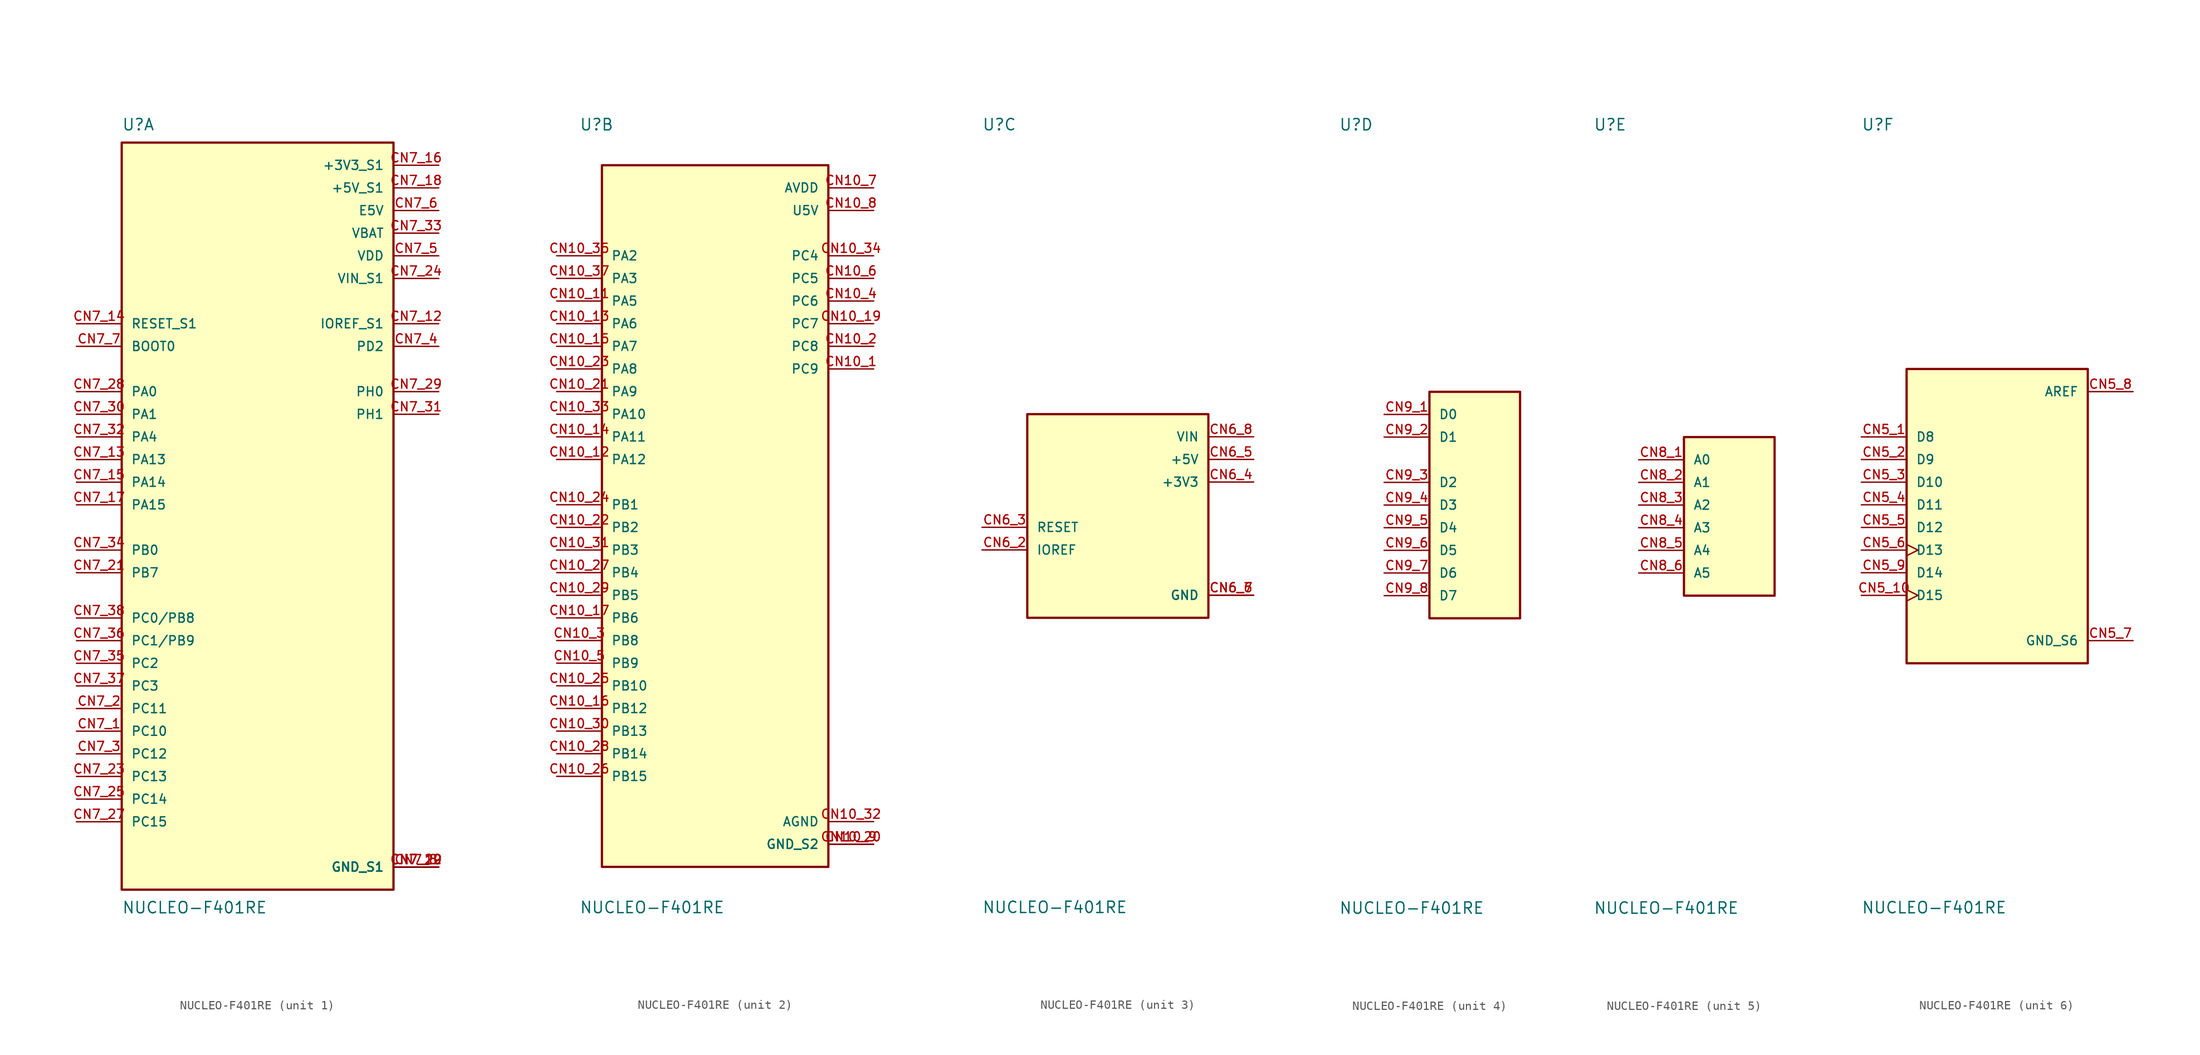
<source format=kicad_sym>
(kicad_symbol_lib
  (version 20211014)
  (generator kicad_symbol_editor)
  (symbol "NUCLEO-F401RE"
    (pin_names
      (offset 1.016))
    (property "Reference" "U"
      (at -15.24 41.91 0)
      (effects (font (size 1.27 1.27)) (justify bottom left)))
    (property "Value" "NUCLEO-F401RE"
      (at -15.24 -44.45 0.0)
      (effects (font (size 1.27 1.27)) (justify top left)))
    (symbol "NUCLEO-F401RE_1_0"
      (rectangle (start -15.24 -43.18) (end 15.24 40.64) (stroke (width 0.254)) (fill (type background)))
      (pin bidirectional line (at -20.32 -25.4 0) (length 5.08) (name "PC10" (effects (font (size 1.016 1.016)))) (number "CN7_1" (effects (font (size 1.016 1.016)))))
      (pin bidirectional line (at -20.32 -22.86 0) (length 5.08) (name "PC11" (effects (font (size 1.016 1.016)))) (number "CN7_2" (effects (font (size 1.016 1.016)))))
      (pin bidirectional line (at -20.32 -27.94 0) (length 5.08) (name "PC12" (effects (font (size 1.016 1.016)))) (number "CN7_3" (effects (font (size 1.016 1.016)))))
      (pin bidirectional line (at 20.32 17.78 180.0) (length 5.08) (name "PD2" (effects (font (size 1.016 1.016)))) (number "CN7_4" (effects (font (size 1.016 1.016)))))
      (pin power_in line (at 20.32 27.94 180.0) (length 5.08) (name "VDD" (effects (font (size 1.016 1.016)))) (number "CN7_5" (effects (font (size 1.016 1.016)))))
      (pin power_in line (at 20.32 33.02 180.0) (length 5.08) (name "E5V" (effects (font (size 1.016 1.016)))) (number "CN7_6" (effects (font (size 1.016 1.016)))))
      (pin bidirectional line (at -20.32 17.78 0) (length 5.08) (name "BOOT0" (effects (font (size 1.016 1.016)))) (number "CN7_7" (effects (font (size 1.016 1.016)))))
      (pin bidirectional line (at 20.32 20.32 180.0) (length 5.08) (name "IOREF_S1" (effects (font (size 1.016 1.016)))) (number "CN7_12" (effects (font (size 1.016 1.016)))))
      (pin bidirectional line (at -20.32 5.08 0) (length 5.08) (name "PA13" (effects (font (size 1.016 1.016)))) (number "CN7_13" (effects (font (size 1.016 1.016)))))
      (pin bidirectional line (at -20.32 20.32 0) (length 5.08) (name "RESET_S1" (effects (font (size 1.016 1.016)))) (number "CN7_14" (effects (font (size 1.016 1.016)))))
      (pin bidirectional line (at -20.32 2.54 0) (length 5.08) (name "PA14" (effects (font (size 1.016 1.016)))) (number "CN7_15" (effects (font (size 1.016 1.016)))))
      (pin power_in line (at 20.32 38.1 180.0) (length 5.08) (name "+3V3_S1" (effects (font (size 1.016 1.016)))) (number "CN7_16" (effects (font (size 1.016 1.016)))))
      (pin bidirectional line (at -20.32 0.0 0) (length 5.08) (name "PA15" (effects (font (size 1.016 1.016)))) (number "CN7_17" (effects (font (size 1.016 1.016)))))
      (pin power_in line (at 20.32 35.56 180.0) (length 5.08) (name "+5V_S1" (effects (font (size 1.016 1.016)))) (number "CN7_18" (effects (font (size 1.016 1.016)))))
      (pin power_in line (at 20.32 -40.64 180.0) (length 5.08) (name "GND_S1" (effects (font (size 1.016 1.016)))) (number "CN7_8" (effects (font (size 1.016 1.016)))))
      (pin power_in line (at 20.32 -40.64 180.0) (length 5.08) (name "GND_S1" (effects (font (size 1.016 1.016)))) (number "CN7_19" (effects (font (size 1.016 1.016)))))
      (pin power_in line (at 20.32 -40.64 180.0) (length 5.08) (name "GND_S1" (effects (font (size 1.016 1.016)))) (number "CN7_20" (effects (font (size 1.016 1.016)))))
      (pin power_in line (at 20.32 -40.64 180.0) (length 5.08) (name "GND_S1" (effects (font (size 1.016 1.016)))) (number "CN7_22" (effects (font (size 1.016 1.016)))))
      (pin bidirectional line (at -20.32 -7.62 0) (length 5.08) (name "PB7" (effects (font (size 1.016 1.016)))) (number "CN7_21" (effects (font (size 1.016 1.016)))))
      (pin bidirectional line (at -20.32 -30.48 0) (length 5.08) (name "PC13" (effects (font (size 1.016 1.016)))) (number "CN7_23" (effects (font (size 1.016 1.016)))))
      (pin power_in line (at 20.32 25.4 180.0) (length 5.08) (name "VIN_S1" (effects (font (size 1.016 1.016)))) (number "CN7_24" (effects (font (size 1.016 1.016)))))
      (pin bidirectional line (at -20.32 -33.02 0) (length 5.08) (name "PC14" (effects (font (size 1.016 1.016)))) (number "CN7_25" (effects (font (size 1.016 1.016)))))
      (pin bidirectional line (at -20.32 -35.56 0) (length 5.08) (name "PC15" (effects (font (size 1.016 1.016)))) (number "CN7_27" (effects (font (size 1.016 1.016)))))
      (pin bidirectional line (at -20.32 12.7 0) (length 5.08) (name "PA0" (effects (font (size 1.016 1.016)))) (number "CN7_28" (effects (font (size 1.016 1.016)))))
      (pin bidirectional line (at 20.32 12.7 180.0) (length 5.08) (name "PH0" (effects (font (size 1.016 1.016)))) (number "CN7_29" (effects (font (size 1.016 1.016)))))
      (pin bidirectional line (at -20.32 10.16 0) (length 5.08) (name "PA1" (effects (font (size 1.016 1.016)))) (number "CN7_30" (effects (font (size 1.016 1.016)))))
      (pin bidirectional line (at 20.32 10.16 180.0) (length 5.08) (name "PH1" (effects (font (size 1.016 1.016)))) (number "CN7_31" (effects (font (size 1.016 1.016)))))
      (pin bidirectional line (at -20.32 7.62 0) (length 5.08) (name "PA4" (effects (font (size 1.016 1.016)))) (number "CN7_32" (effects (font (size 1.016 1.016)))))
      (pin power_in line (at 20.32 30.48 180.0) (length 5.08) (name "VBAT" (effects (font (size 1.016 1.016)))) (number "CN7_33" (effects (font (size 1.016 1.016)))))
      (pin bidirectional line (at -20.32 -5.08 0) (length 5.08) (name "PB0" (effects (font (size 1.016 1.016)))) (number "CN7_34" (effects (font (size 1.016 1.016)))))
      (pin bidirectional line (at -20.32 -17.78 0) (length 5.08) (name "PC2" (effects (font (size 1.016 1.016)))) (number "CN7_35" (effects (font (size 1.016 1.016)))))
      (pin bidirectional line (at -20.32 -15.24 0) (length 5.08) (name "PC1/PB9" (effects (font (size 1.016 1.016)))) (number "CN7_36" (effects (font (size 1.016 1.016)))))
      (pin bidirectional line (at -20.32 -20.32 0) (length 5.08) (name "PC3" (effects (font (size 1.016 1.016)))) (number "CN7_37" (effects (font (size 1.016 1.016)))))
      (pin bidirectional line (at -20.32 -12.7 0) (length 5.08) (name "PC0/PB8" (effects (font (size 1.016 1.016)))) (number "CN7_38" (effects (font (size 1.016 1.016))))))
    (symbol "NUCLEO-F401RE_2_0"
      (rectangle (start -12.7 -40.64) (end 12.7 38.1) (stroke (width 0.254)) (fill (type background)))
      (pin bidirectional line (at 17.78 15.24 180.0) (length 5.08) (name "PC9" (effects (font (size 1.016 1.016)))) (number "CN10_1" (effects (font (size 1.016 1.016)))))
      (pin bidirectional line (at 17.78 17.78 180.0) (length 5.08) (name "PC8" (effects (font (size 1.016 1.016)))) (number "CN10_2" (effects (font (size 1.016 1.016)))))
      (pin bidirectional line (at -17.78 -15.24 0) (length 5.08) (name "PB8" (effects (font (size 1.016 1.016)))) (number "CN10_3" (effects (font (size 1.016 1.016)))))
      (pin bidirectional line (at 17.78 22.86 180.0) (length 5.08) (name "PC6" (effects (font (size 1.016 1.016)))) (number "CN10_4" (effects (font (size 1.016 1.016)))))
      (pin bidirectional line (at -17.78 -17.78 0) (length 5.08) (name "PB9" (effects (font (size 1.016 1.016)))) (number "CN10_5" (effects (font (size 1.016 1.016)))))
      (pin bidirectional line (at 17.78 25.4 180.0) (length 5.08) (name "PC5" (effects (font (size 1.016 1.016)))) (number "CN10_6" (effects (font (size 1.016 1.016)))))
      (pin power_in line (at 17.78 35.56 180.0) (length 5.08) (name "AVDD" (effects (font (size 1.016 1.016)))) (number "CN10_7" (effects (font (size 1.016 1.016)))))
      (pin power_in line (at 17.78 33.02 180.0) (length 5.08) (name "U5V" (effects (font (size 1.016 1.016)))) (number "CN10_8" (effects (font (size 1.016 1.016)))))
      (pin power_in line (at 17.78 -38.1 180.0) (length 5.08) (name "GND_S2" (effects (font (size 1.016 1.016)))) (number "CN10_9" (effects (font (size 1.016 1.016)))))
      (pin power_in line (at 17.78 -38.1 180.0) (length 5.08) (name "GND_S2" (effects (font (size 1.016 1.016)))) (number "CN10_20" (effects (font (size 1.016 1.016)))))
      (pin bidirectional line (at -17.78 22.86 0) (length 5.08) (name "PA5" (effects (font (size 1.016 1.016)))) (number "CN10_11" (effects (font (size 1.016 1.016)))))
      (pin bidirectional line (at -17.78 5.08 0) (length 5.08) (name "PA12" (effects (font (size 1.016 1.016)))) (number "CN10_12" (effects (font (size 1.016 1.016)))))
      (pin bidirectional line (at -17.78 20.32 0) (length 5.08) (name "PA6" (effects (font (size 1.016 1.016)))) (number "CN10_13" (effects (font (size 1.016 1.016)))))
      (pin bidirectional line (at -17.78 7.62 0) (length 5.08) (name "PA11" (effects (font (size 1.016 1.016)))) (number "CN10_14" (effects (font (size 1.016 1.016)))))
      (pin bidirectional line (at -17.78 17.78 0) (length 5.08) (name "PA7" (effects (font (size 1.016 1.016)))) (number "CN10_15" (effects (font (size 1.016 1.016)))))
      (pin bidirectional line (at -17.78 -22.86 0) (length 5.08) (name "PB12" (effects (font (size 1.016 1.016)))) (number "CN10_16" (effects (font (size 1.016 1.016)))))
      (pin bidirectional line (at -17.78 -12.7 0) (length 5.08) (name "PB6" (effects (font (size 1.016 1.016)))) (number "CN10_17" (effects (font (size 1.016 1.016)))))
      (pin bidirectional line (at 17.78 20.32 180.0) (length 5.08) (name "PC7" (effects (font (size 1.016 1.016)))) (number "CN10_19" (effects (font (size 1.016 1.016)))))
      (pin bidirectional line (at -17.78 12.7 0) (length 5.08) (name "PA9" (effects (font (size 1.016 1.016)))) (number "CN10_21" (effects (font (size 1.016 1.016)))))
      (pin bidirectional line (at -17.78 -2.54 0) (length 5.08) (name "PB2" (effects (font (size 1.016 1.016)))) (number "CN10_22" (effects (font (size 1.016 1.016)))))
      (pin bidirectional line (at -17.78 15.24 0) (length 5.08) (name "PA8" (effects (font (size 1.016 1.016)))) (number "CN10_23" (effects (font (size 1.016 1.016)))))
      (pin bidirectional line (at -17.78 0.0 0) (length 5.08) (name "PB1" (effects (font (size 1.016 1.016)))) (number "CN10_24" (effects (font (size 1.016 1.016)))))
      (pin bidirectional line (at -17.78 -20.32 0) (length 5.08) (name "PB10" (effects (font (size 1.016 1.016)))) (number "CN10_25" (effects (font (size 1.016 1.016)))))
      (pin bidirectional line (at -17.78 -30.48 0) (length 5.08) (name "PB15" (effects (font (size 1.016 1.016)))) (number "CN10_26" (effects (font (size 1.016 1.016)))))
      (pin bidirectional line (at -17.78 -7.62 0) (length 5.08) (name "PB4" (effects (font (size 1.016 1.016)))) (number "CN10_27" (effects (font (size 1.016 1.016)))))
      (pin bidirectional line (at -17.78 -27.94 0) (length 5.08) (name "PB14" (effects (font (size 1.016 1.016)))) (number "CN10_28" (effects (font (size 1.016 1.016)))))
      (pin bidirectional line (at -17.78 -10.16 0) (length 5.08) (name "PB5" (effects (font (size 1.016 1.016)))) (number "CN10_29" (effects (font (size 1.016 1.016)))))
      (pin bidirectional line (at -17.78 -25.4 0) (length 5.08) (name "PB13" (effects (font (size 1.016 1.016)))) (number "CN10_30" (effects (font (size 1.016 1.016)))))
      (pin bidirectional line (at -17.78 -5.08 0) (length 5.08) (name "PB3" (effects (font (size 1.016 1.016)))) (number "CN10_31" (effects (font (size 1.016 1.016)))))
      (pin power_in line (at 17.78 -35.56 180.0) (length 5.08) (name "AGND" (effects (font (size 1.016 1.016)))) (number "CN10_32" (effects (font (size 1.016 1.016)))))
      (pin bidirectional line (at -17.78 10.16 0) (length 5.08) (name "PA10" (effects (font (size 1.016 1.016)))) (number "CN10_33" (effects (font (size 1.016 1.016)))))
      (pin bidirectional line (at 17.78 27.94 180.0) (length 5.08) (name "PC4" (effects (font (size 1.016 1.016)))) (number "CN10_34" (effects (font (size 1.016 1.016)))))
      (pin bidirectional line (at -17.78 27.94 0) (length 5.08) (name "PA2" (effects (font (size 1.016 1.016)))) (number "CN10_35" (effects (font (size 1.016 1.016)))))
      (pin bidirectional line (at -17.78 25.4 0) (length 5.08) (name "PA3" (effects (font (size 1.016 1.016)))) (number "CN10_37" (effects (font (size 1.016 1.016))))))
    (symbol "NUCLEO-F401RE_3_0"
      (rectangle (start -10.16 -12.7) (end 10.16 10.16) (stroke (width 0.254)) (fill (type background)))
      (pin bidirectional line (at -15.24 -5.08 0) (length 5.08) (name "IOREF" (effects (font (size 1.016 1.016)))) (number "CN6_2" (effects (font (size 1.016 1.016)))))
      (pin bidirectional line (at -15.24 -2.54 0) (length 5.08) (name "RESET" (effects (font (size 1.016 1.016)))) (number "CN6_3" (effects (font (size 1.016 1.016)))))
      (pin power_in line (at 15.24 2.54 180.0) (length 5.08) (name "+3V3" (effects (font (size 1.016 1.016)))) (number "CN6_4" (effects (font (size 1.016 1.016)))))
      (pin power_in line (at 15.24 5.08 180.0) (length 5.08) (name "+5V" (effects (font (size 1.016 1.016)))) (number "CN6_5" (effects (font (size 1.016 1.016)))))
      (pin power_in line (at 15.24 -10.16 180.0) (length 5.08) (name "GND" (effects (font (size 1.016 1.016)))) (number "CN6_6" (effects (font (size 1.016 1.016)))))
      (pin power_in line (at 15.24 -10.16 180.0) (length 5.08) (name "GND" (effects (font (size 1.016 1.016)))) (number "CN6_7" (effects (font (size 1.016 1.016)))))
      (pin power_in line (at 15.24 7.62 180.0) (length 5.08) (name "VIN" (effects (font (size 1.016 1.016)))) (number "CN6_8" (effects (font (size 1.016 1.016))))))
    (symbol "NUCLEO-F401RE_4_0"
      (rectangle (start -5.08 -12.7) (end 5.08 12.7) (stroke (width 0.254)) (fill (type background)))
      (pin input line (at -10.16 10.16 0) (length 5.08) (name "D0" (effects (font (size 1.016 1.016)))) (number "CN9_1" (effects (font (size 1.016 1.016)))))
      (pin output line (at -10.16 7.62 0) (length 5.08) (name "D1" (effects (font (size 1.016 1.016)))) (number "CN9_2" (effects (font (size 1.016 1.016)))))
      (pin bidirectional line (at -10.16 2.54 0) (length 5.08) (name "D2" (effects (font (size 1.016 1.016)))) (number "CN9_3" (effects (font (size 1.016 1.016)))))
      (pin bidirectional line (at -10.16 0.0 0) (length 5.08) (name "D3" (effects (font (size 1.016 1.016)))) (number "CN9_4" (effects (font (size 1.016 1.016)))))
      (pin bidirectional line (at -10.16 -2.54 0) (length 5.08) (name "D4" (effects (font (size 1.016 1.016)))) (number "CN9_5" (effects (font (size 1.016 1.016)))))
      (pin bidirectional line (at -10.16 -5.08 0) (length 5.08) (name "D5" (effects (font (size 1.016 1.016)))) (number "CN9_6" (effects (font (size 1.016 1.016)))))
      (pin bidirectional line (at -10.16 -7.62 0) (length 5.08) (name "D6" (effects (font (size 1.016 1.016)))) (number "CN9_7" (effects (font (size 1.016 1.016)))))
      (pin bidirectional line (at -10.16 -10.16 0) (length 5.08) (name "D7" (effects (font (size 1.016 1.016)))) (number "CN9_8" (effects (font (size 1.016 1.016))))))
    (symbol "NUCLEO-F401RE_5_0"
      (rectangle (start -5.08 -10.16) (end 5.08 7.62) (stroke (width 0.254)) (fill (type background)))
      (pin input line (at -10.16 5.08 0) (length 5.08) (name "A0" (effects (font (size 1.016 1.016)))) (number "CN8_1" (effects (font (size 1.016 1.016)))))
      (pin input line (at -10.16 2.54 0) (length 5.08) (name "A1" (effects (font (size 1.016 1.016)))) (number "CN8_2" (effects (font (size 1.016 1.016)))))
      (pin input line (at -10.16 0.0 0) (length 5.08) (name "A2" (effects (font (size 1.016 1.016)))) (number "CN8_3" (effects (font (size 1.016 1.016)))))
      (pin input line (at -10.16 -2.54 0) (length 5.08) (name "A3" (effects (font (size 1.016 1.016)))) (number "CN8_4" (effects (font (size 1.016 1.016)))))
      (pin input line (at -10.16 -5.08 0) (length 5.08) (name "A4" (effects (font (size 1.016 1.016)))) (number "CN8_5" (effects (font (size 1.016 1.016)))))
      (pin input line (at -10.16 -7.62 0) (length 5.08) (name "A5" (effects (font (size 1.016 1.016)))) (number "CN8_6" (effects (font (size 1.016 1.016))))))
    (symbol "NUCLEO-F401RE_6_0"
      (rectangle (start -10.16 -17.78) (end 10.16 15.24) (stroke (width 0.254)) (fill (type background)))
      (pin bidirectional line (at -15.24 7.62 0) (length 5.08) (name "D8" (effects (font (size 1.016 1.016)))) (number "CN5_1" (effects (font (size 1.016 1.016)))))
      (pin bidirectional line (at -15.24 5.08 0) (length 5.08) (name "D9" (effects (font (size 1.016 1.016)))) (number "CN5_2" (effects (font (size 1.016 1.016)))))
      (pin bidirectional line (at -15.24 2.54 0) (length 5.08) (name "D10" (effects (font (size 1.016 1.016)))) (number "CN5_3" (effects (font (size 1.016 1.016)))))
      (pin bidirectional line (at -15.24 0.0 0) (length 5.08) (name "D11" (effects (font (size 1.016 1.016)))) (number "CN5_4" (effects (font (size 1.016 1.016)))))
      (pin bidirectional line (at -15.24 -2.54 0) (length 5.08) (name "D12" (effects (font (size 1.016 1.016)))) (number "CN5_5" (effects (font (size 1.016 1.016)))))
      (pin bidirectional clock (at -15.24 -5.08 0) (length 5.08) (name "D13" (effects (font (size 1.016 1.016)))) (number "CN5_6" (effects (font (size 1.016 1.016)))))
      (pin power_in line (at 15.24 -15.24 180.0) (length 5.08) (name "GND_S6" (effects (font (size 1.016 1.016)))) (number "CN5_7" (effects (font (size 1.016 1.016)))))
      (pin power_in line (at 15.24 12.7 180.0) (length 5.08) (name "AREF" (effects (font (size 1.016 1.016)))) (number "CN5_8" (effects (font (size 1.016 1.016)))))
      (pin bidirectional line (at -15.24 -7.62 0) (length 5.08) (name "D14" (effects (font (size 1.016 1.016)))) (number "CN5_9" (effects (font (size 1.016 1.016)))))
      (pin bidirectional clock (at -15.24 -10.16 0) (length 5.08) (name "D15" (effects (font (size 1.016 1.016)))) (number "CN5_10" (effects (font (size 1.016 1.016))))))))
</source>
